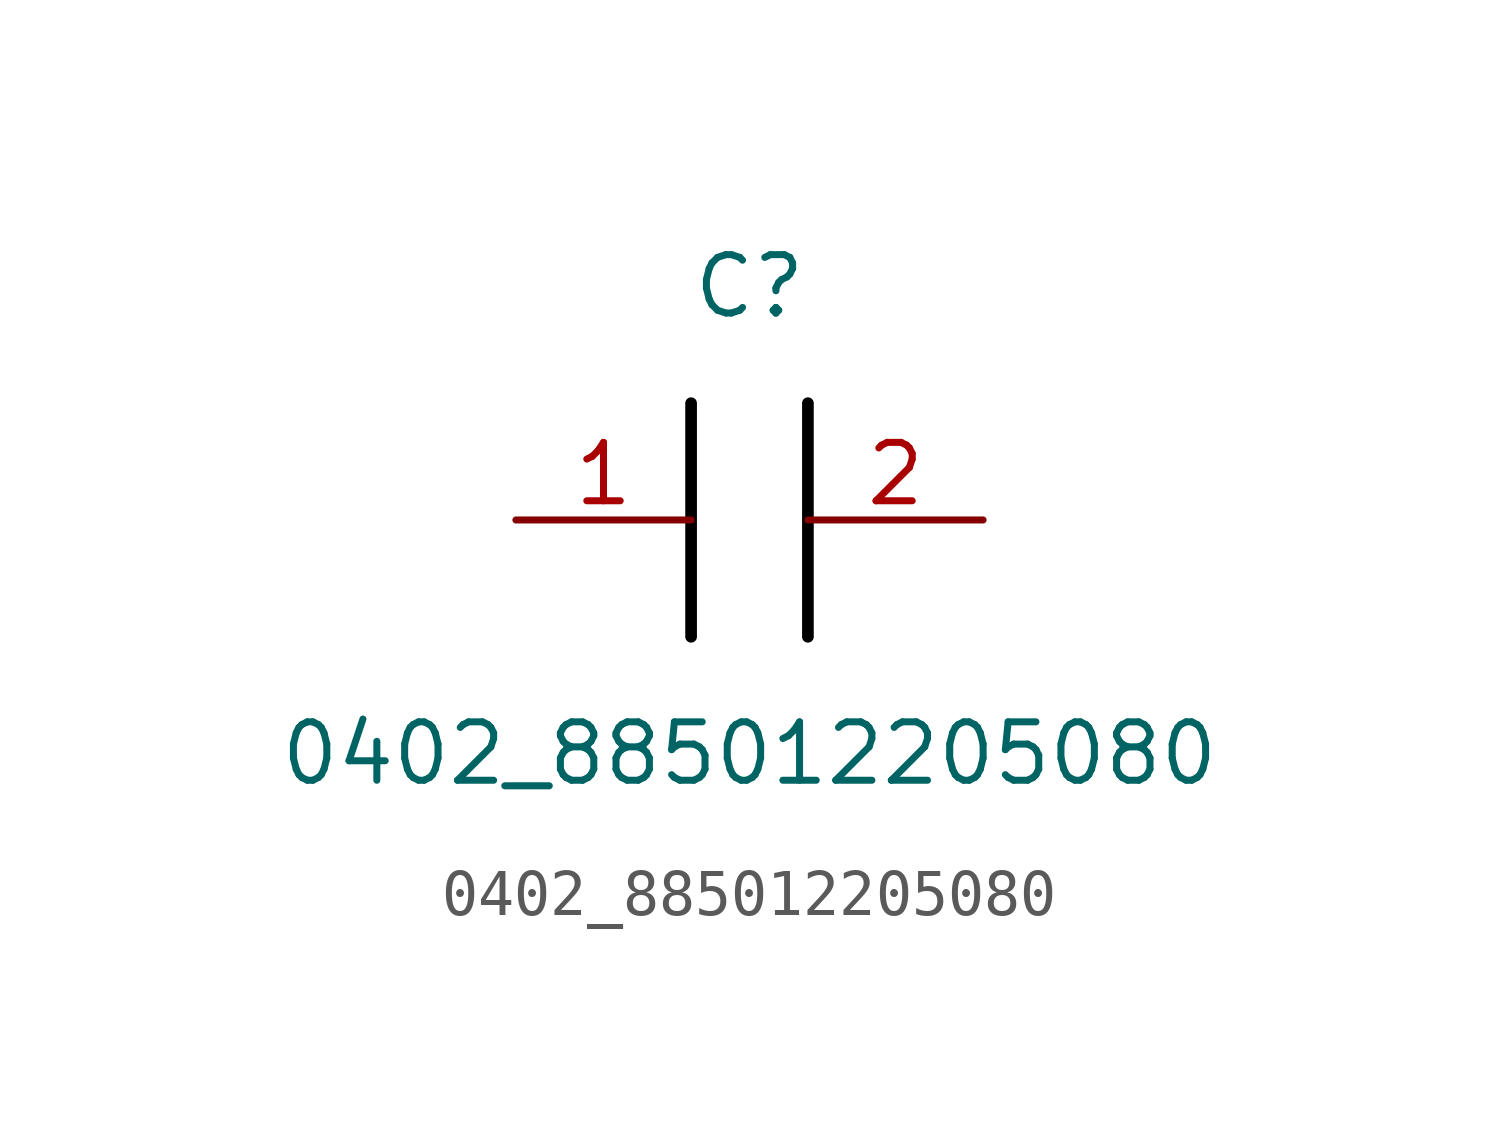
<source format=kicad_sym>
(kicad_symbol_lib
  (version 20220914)
  (generator kicad_symbol_editor)
  (symbol "0402_885012205080"
    (pin_names hide)
    (property "Reference" "C"
      (at 0 5.08 0)
      (effects (font (size 1.27 1.27))))
    (property "Value" "0402_885012205080"
      (at 0 -5.08 0)
      (effects (font (size 1.27 1.27))))
    (symbol "0402_885012205080_1_1"
      (polyline (pts (xy -1.27 2.54) (xy -1.27 -2.54)) (stroke (width 0.254) (type default) (color 0 0 0 1)) (fill (type none)))
      (polyline (pts (xy 1.27 2.54) (xy 1.27 -2.54)) (stroke (width 0.254) (type default) (color 0 0 0 1)) (fill (type none)))
      (pin passive line (at -5.08 0 0) (length 3.81) (name "1" (effects (font (size 1.27 1.27)))) (number "1" (effects (font (size 1.27 1.27)))))
      (pin passive line (at 5.08 0 180) (length 3.81) (name "2" (effects (font (size 1.27 1.27)))) (number "2" (effects (font (size 1.27 1.27))))))))
</source>
